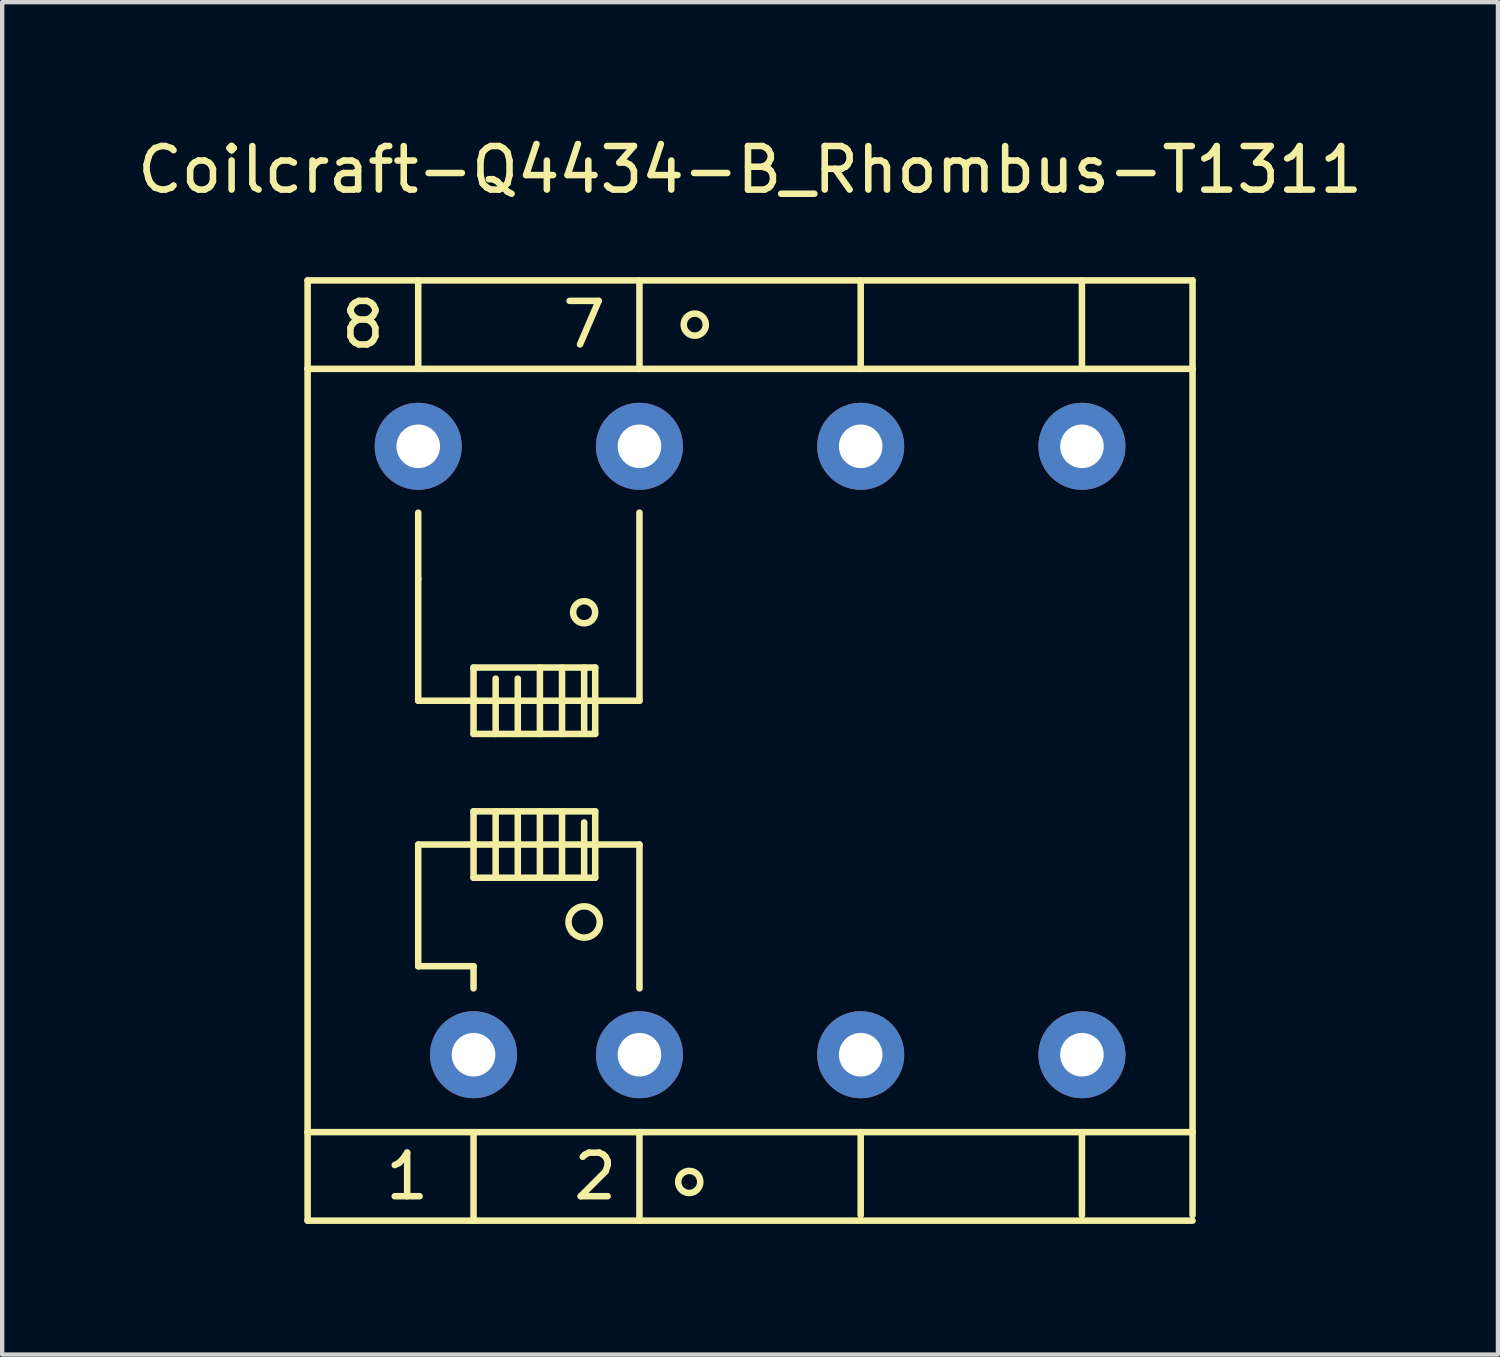
<source format=kicad_pcb>
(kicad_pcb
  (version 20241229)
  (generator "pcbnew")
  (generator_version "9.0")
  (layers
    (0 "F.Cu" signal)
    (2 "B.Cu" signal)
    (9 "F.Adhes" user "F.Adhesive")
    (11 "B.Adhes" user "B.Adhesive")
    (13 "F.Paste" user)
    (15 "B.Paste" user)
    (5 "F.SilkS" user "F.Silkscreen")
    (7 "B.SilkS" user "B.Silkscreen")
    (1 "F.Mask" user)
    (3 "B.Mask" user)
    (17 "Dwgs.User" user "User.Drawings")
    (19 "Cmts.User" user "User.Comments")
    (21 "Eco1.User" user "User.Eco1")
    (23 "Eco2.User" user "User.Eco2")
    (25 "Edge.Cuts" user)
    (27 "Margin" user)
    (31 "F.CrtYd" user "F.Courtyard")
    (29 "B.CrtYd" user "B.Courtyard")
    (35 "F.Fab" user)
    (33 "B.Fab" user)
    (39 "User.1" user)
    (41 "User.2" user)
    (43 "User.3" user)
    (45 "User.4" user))
  (footprint "Coilcraft-Q4434-B_Rhombus-T1311"
    (layer "F.Cu")
    (at 14.173 14.818)
    (property "Reference" "Coilcraft-Q4434-B_Rhombus-T1311" (at 0 -13.97 0) (layer "F.SilkS") (effects (font (size 1 1) (thickness 0.15))))
    (attr through_hole)
    (fp_line (start -10.16 -11.43) (end -10.16 -9.398) (stroke (width 0.15) (type solid)) (layer "F.SilkS"))
    (fp_line (start -10.16 -9.398) (end -10.16 8.128) (stroke (width 0.15) (type solid)) (layer "F.SilkS"))
    (fp_line (start -10.16 8.128) (end -10.16 10.16) (stroke (width 0.15) (type solid)) (layer "F.SilkS"))
    (fp_line (start -10.16 8.128) (end 10.16 8.128) (stroke (width 0.15) (type solid)) (layer "F.SilkS"))
    (fp_line (start -10.16 10.16) (end 10.16 10.16) (stroke (width 0.15) (type solid)) (layer "F.SilkS"))
    (fp_line (start -7.62 -9.398) (end -7.62 -11.43) (stroke (width 0.15) (type solid)) (layer "F.SilkS"))
    (fp_line (start -7.62 -6.096) (end -7.62 -4.572) (stroke (width 0.15) (type solid)) (layer "F.SilkS"))
    (fp_line (start -7.62 -4.572) (end -7.62 -1.778) (stroke (width 0.15) (type solid)) (layer "F.SilkS"))
    (fp_line (start -7.62 -1.778) (end -2.54 -1.778) (stroke (width 0.15) (type solid)) (layer "F.SilkS"))
    (fp_line (start -7.62 1.524) (end -7.62 4.318) (stroke (width 0.15) (type solid)) (layer "F.SilkS"))
    (fp_line (start -7.62 4.318) (end -6.35 4.318) (stroke (width 0.15) (type solid)) (layer "F.SilkS"))
    (fp_line (start -6.35 -2.54) (end -3.556 -2.54) (stroke (width 0.15) (type solid)) (layer "F.SilkS"))
    (fp_line (start -6.35 -1.016) (end -6.35 -2.54) (stroke (width 0.15) (type solid)) (layer "F.SilkS"))
    (fp_line (start -6.35 0.762) (end -6.35 2.286) (stroke (width 0.15) (type solid)) (layer "F.SilkS"))
    (fp_line (start -6.35 1.524) (end -7.62 1.524) (stroke (width 0.15) (type solid)) (layer "F.SilkS"))
    (fp_line (start -6.35 1.524) (end -2.54 1.524) (stroke (width 0.15) (type solid)) (layer "F.SilkS"))
    (fp_line (start -6.35 2.286) (end -3.556 2.286) (stroke (width 0.15) (type solid)) (layer "F.SilkS"))
    (fp_line (start -6.35 4.318) (end -6.35 4.826) (stroke (width 0.15) (type solid)) (layer "F.SilkS"))
    (fp_line (start -6.35 8.128) (end -6.35 10.16) (stroke (width 0.15) (type solid)) (layer "F.SilkS"))
    (fp_line (start -5.842 -2.286) (end -5.842 -1.016) (stroke (width 0.15) (type solid)) (layer "F.SilkS"))
    (fp_line (start -5.842 0.762) (end -5.842 2.286) (stroke (width 0.15) (type solid)) (layer "F.SilkS"))
    (fp_line (start -5.334 -2.286) (end -5.334 -1.016) (stroke (width 0.15) (type solid)) (layer "F.SilkS"))
    (fp_line (start -5.334 0.762) (end -5.334 2.286) (stroke (width 0.15) (type solid)) (layer "F.SilkS"))
    (fp_line (start -4.826 -2.54) (end -4.826 -1.016) (stroke (width 0.15) (type solid)) (layer "F.SilkS"))
    (fp_line (start -4.826 0.762) (end -4.826 2.286) (stroke (width 0.15) (type solid)) (layer "F.SilkS"))
    (fp_line (start -4.318 -2.54) (end -4.318 -1.016) (stroke (width 0.15) (type solid)) (layer "F.SilkS"))
    (fp_line (start -4.318 0.762) (end -4.318 2.286) (stroke (width 0.15) (type solid)) (layer "F.SilkS"))
    (fp_line (start -3.81 -2.54) (end -3.81 -1.016) (stroke (width 0.15) (type solid)) (layer "F.SilkS"))
    (fp_line (start -3.81 1.016) (end -3.81 2.286) (stroke (width 0.15) (type solid)) (layer "F.SilkS"))
    (fp_line (start -3.556 -2.54) (end -3.556 -1.016) (stroke (width 0.15) (type solid)) (layer "F.SilkS"))
    (fp_line (start -3.556 -1.016) (end -6.35 -1.016) (stroke (width 0.15) (type solid)) (layer "F.SilkS"))
    (fp_line (start -3.556 0.762) (end -6.35 0.762) (stroke (width 0.15) (type solid)) (layer "F.SilkS"))
    (fp_line (start -3.556 2.286) (end -3.556 0.762) (stroke (width 0.15) (type solid)) (layer "F.SilkS"))
    (fp_line (start -2.54 -9.398) (end -2.54 -11.43) (stroke (width 0.15) (type solid)) (layer "F.SilkS"))
    (fp_line (start -2.54 -1.778) (end -2.54 -6.096) (stroke (width 0.15) (type solid)) (layer "F.SilkS"))
    (fp_line (start -2.54 1.524) (end -2.54 4.826) (stroke (width 0.15) (type solid)) (layer "F.SilkS"))
    (fp_line (start -2.54 8.128) (end -2.54 10.16) (stroke (width 0.15) (type solid)) (layer "F.SilkS"))
    (fp_line (start 2.54 -9.398) (end 2.54 -11.43) (stroke (width 0.15) (type solid)) (layer "F.SilkS"))
    (fp_line (start 2.54 8.128) (end 2.54 10.033) (stroke (width 0.15) (type solid)) (layer "F.SilkS"))
    (fp_line (start 7.62 -9.398) (end 7.62 -11.43) (stroke (width 0.15) (type solid)) (layer "F.SilkS"))
    (fp_line (start 7.62 8.128) (end 7.62 10.033) (stroke (width 0.15) (type solid)) (layer "F.SilkS"))
    (fp_line (start 10.16 -11.43) (end -10.16 -11.43) (stroke (width 0.15) (type solid)) (layer "F.SilkS"))
    (fp_line (start 10.16 -11.43) (end 10.16 -9.398) (stroke (width 0.15) (type solid)) (layer "F.SilkS"))
    (fp_line (start 10.16 -9.398) (end -10.16 -9.398) (stroke (width 0.15) (type solid)) (layer "F.SilkS"))
    (fp_line (start 10.16 8.128) (end 10.16 -9.398) (stroke (width 0.15) (type solid)) (layer "F.SilkS"))
    (fp_line (start 10.16 8.128) (end 10.16 10.033) (stroke (width 0.15) (type solid)) (layer "F.SilkS"))
    (fp_circle (center -3.81 -3.81) (end -3.81 -3.556) (stroke (width 0.15) (type solid)) (fill no) (layer "F.SilkS"))
    (fp_circle (center -3.81 3.302) (end -3.556 3.556) (stroke (width 0.15) (type solid)) (fill no) (layer "F.SilkS"))
    (fp_circle (center -1.397 9.271) (end -1.397 9.525) (stroke (width 0.15) (type solid)) (fill no) (layer "F.SilkS"))
    (fp_circle (center -1.27 -10.414) (end -1.27 -10.16) (stroke (width 0.15) (type solid)) (fill no) (layer "F.SilkS"))
    (fp_text user "8" (at -8.89 -10.414 0) (layer "F.SilkS") (effects (font (size 1 1) (thickness 0.15))))
    (fp_text user "7" (at -3.81 -10.414 0) (layer "F.SilkS") (effects (font (size 1 1) (thickness 0.15))))
    (fp_text user "1" (at -7.874 9.144 0) (layer "F.SilkS") (effects (font (size 1 1) (thickness 0.15))))
    (fp_text user "2" (at -3.556 9.144 0) (layer "F.SilkS") (effects (font (size 1 1) (thickness 0.15))))
    (pad "1" thru_hole circle (at -6.35 6.35) (size 1.999 1.999) (drill 1.001) (layers "*.Cu" "*.Mask"))
    (pad "2" thru_hole circle (at -2.54 6.35) (size 1.999 1.999) (drill 1.001) (layers "*.Cu" "*.Mask"))
    (pad "3" thru_hole circle (at 2.54 6.35) (size 1.999 1.999) (drill 1.001) (layers "*.Cu" "*.Mask"))
    (pad "4" thru_hole circle (at 7.62 6.35) (size 1.999 1.999) (drill 1.001) (layers "*.Cu" "*.Mask"))
    (pad "5" thru_hole circle (at 7.62 -7.62) (size 1.999 1.999) (drill 1.001) (layers "*.Cu" "*.Mask"))
    (pad "6" thru_hole circle (at 2.54 -7.62) (size 1.999 1.999) (drill 1.001) (layers "*.Cu" "*.Mask"))
    (pad "7" thru_hole circle (at -2.54 -7.62) (size 1.999 1.999) (drill 1.001) (layers "*.Cu" "*.Mask"))
    (pad "8" thru_hole circle (at -7.62 -7.62) (size 1.999 1.999) (drill 1.001) (layers "*.Cu" "*.Mask")))
  (gr_rect
    (start -3 -3)
    (end 31.345 28.053)
    (stroke (width 0.1) (type default))
    (fill no)
    (layer "Edge.Cuts")))
</source>
